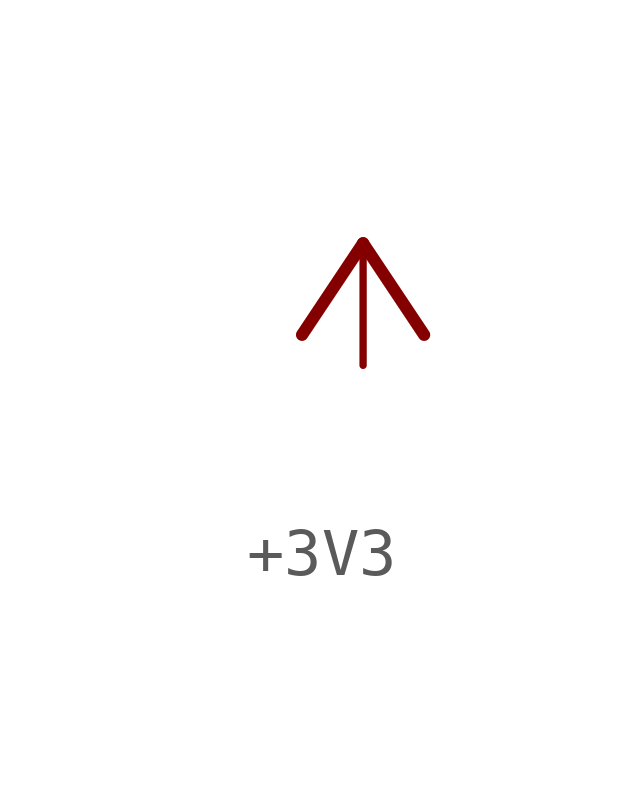
<source format=kicad_sym>
(kicad_symbol_lib
  (version 20231120)
  (generator "kicad_symbol_editor")
  (generator_version "8.0")
  (symbol "+3V3"
    (power)
    (property "Reference" "#+3V3"
      (at 0 0 0)
      (effects (font (size 1.27 1.27)) (hide yes)))
    (property "Value" ""
      (at -2.54 -5.08 90)
      (effects (font (size 1.778 1.511)) (justify left bottom)))
    (property "ki_locked" ""
      (at 0 0 0)
      (effects (font (size 1.27 1.27))))
    (symbol "+3V3_1_0"
      (polyline (pts (xy 0 0) (xy -1.27 -1.905)) (stroke (width 0.254) (type solid)) (fill (type none)))
      (polyline (pts (xy 1.27 -1.905) (xy 0 0)) (stroke (width 0.254) (type solid)) (fill (type none)))
      (pin power_in line (at 0 -2.54 90) (length 2.54) (name "+3V3" (effects (font (size 0 0)))) (number "1" (effects (font (size 0 0))))))))
</source>
